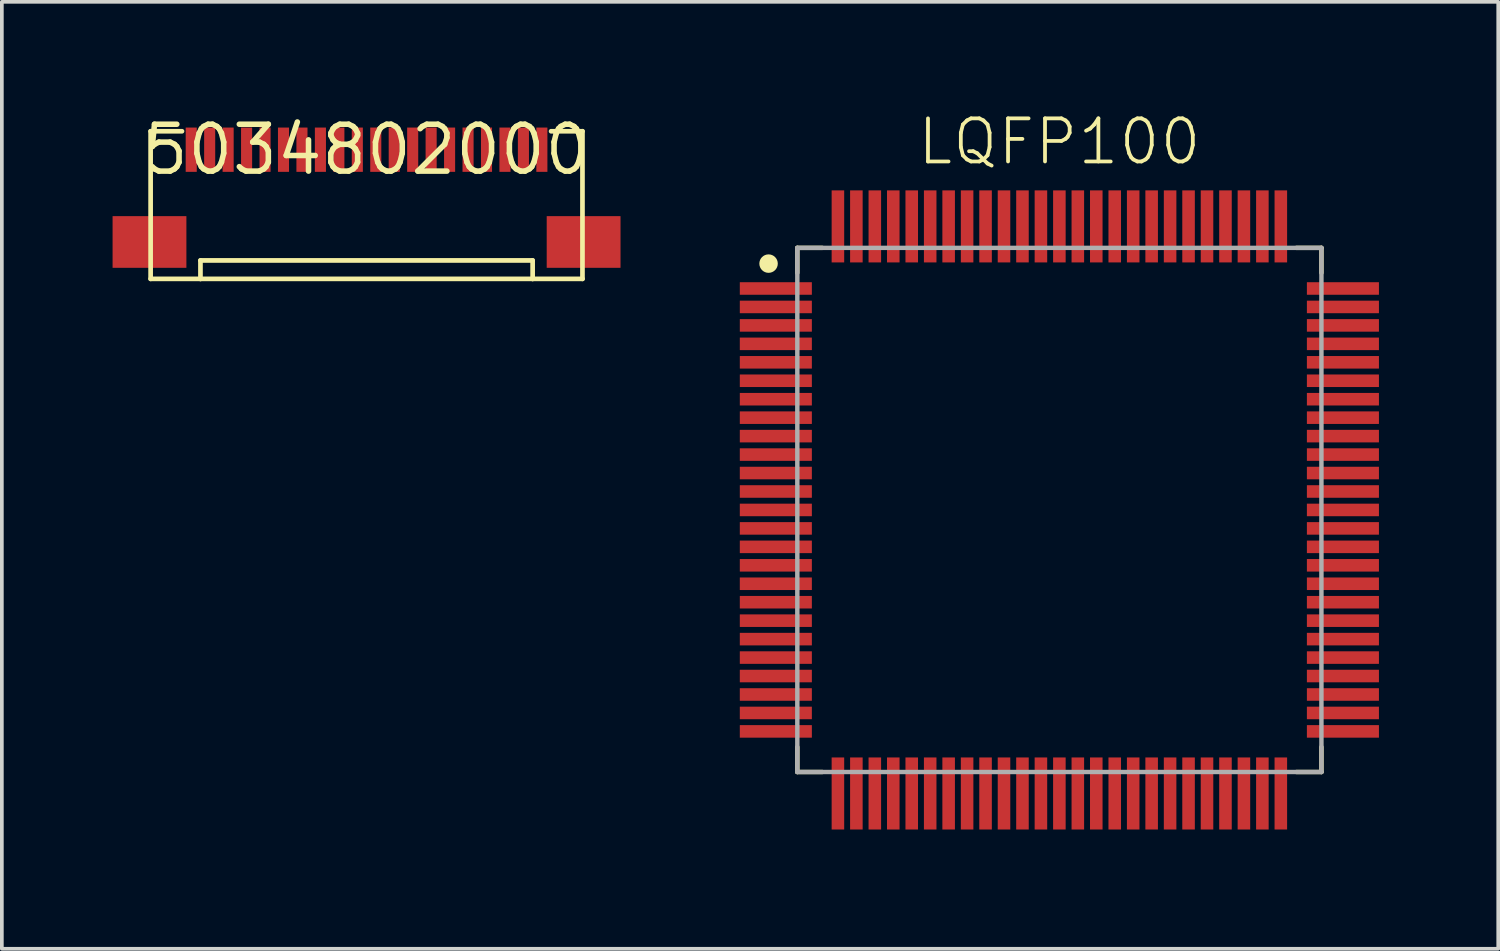
<source format=kicad_pcb>
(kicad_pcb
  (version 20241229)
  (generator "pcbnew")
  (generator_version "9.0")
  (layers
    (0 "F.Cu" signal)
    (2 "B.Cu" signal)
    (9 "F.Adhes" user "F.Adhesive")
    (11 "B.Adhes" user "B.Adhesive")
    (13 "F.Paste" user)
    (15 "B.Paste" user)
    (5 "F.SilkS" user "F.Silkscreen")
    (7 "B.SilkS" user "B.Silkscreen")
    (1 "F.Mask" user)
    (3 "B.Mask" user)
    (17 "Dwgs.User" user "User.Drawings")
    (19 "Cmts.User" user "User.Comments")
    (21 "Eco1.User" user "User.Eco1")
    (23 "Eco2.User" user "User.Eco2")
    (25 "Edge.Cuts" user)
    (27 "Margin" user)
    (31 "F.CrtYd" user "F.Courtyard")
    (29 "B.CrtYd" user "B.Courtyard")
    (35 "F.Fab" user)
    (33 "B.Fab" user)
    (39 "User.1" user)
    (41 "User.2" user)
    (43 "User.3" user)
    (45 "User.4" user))
  (footprint "5034802000"
    (layer "F.Cu")
    (at 6.881 1.006)
    (property "Reference" "5034802000" (at 0 0 0) (layer "F.SilkS") (effects (font (size 1.27 1.27) (thickness 0.15))))
    (fp_line (start -5.85 3.5) (end -5.85 -0.5) (stroke (width 0.127) (type solid)) (layer "F.SilkS"))
    (fp_line (start -5.85 3.5) (end -4.5 3.5) (stroke (width 0.127) (type solid)) (layer "F.SilkS"))
    (fp_line (start -5 -0.5) (end -5.85 -0.5) (stroke (width 0.127) (type solid)) (layer "F.SilkS"))
    (fp_line (start -4.5 3) (end 4.5 3) (stroke (width 0.127) (type solid)) (layer "F.SilkS"))
    (fp_line (start -4.5 3.5) (end -4.5 3) (stroke (width 0.127) (type solid)) (layer "F.SilkS"))
    (fp_line (start -4.5 3.5) (end 4.5 3.5) (stroke (width 0.127) (type solid)) (layer "F.SilkS"))
    (fp_line (start 4.5 3) (end 4.5 3.5) (stroke (width 0.127) (type solid)) (layer "F.SilkS"))
    (fp_line (start 4.5 3.5) (end 5.85 3.5) (stroke (width 0.127) (type solid)) (layer "F.SilkS"))
    (fp_line (start 5.85 -0.5) (end 5 -0.5) (stroke (width 0.127) (type solid)) (layer "F.SilkS"))
    (fp_line (start 5.85 3.5) (end 5.85 -0.5) (stroke (width 0.127) (type solid)) (layer "F.SilkS"))
    (pad "P$1" smd rect (at -4.75 0) (size 0.3 1.2) (layers "F.Cu" "F.Mask" "F.Paste"))
    (pad "P$2" smd rect (at -4.25 0) (size 0.3 1.2) (layers "F.Cu" "F.Mask" "F.Paste"))
    (pad "P$3" smd rect (at -3.75 0) (size 0.3 1.2) (layers "F.Cu" "F.Mask" "F.Paste"))
    (pad "P$4" smd rect (at -3.25 0) (size 0.3 1.2) (layers "F.Cu" "F.Mask" "F.Paste"))
    (pad "P$5" smd rect (at -2.75 0) (size 0.3 1.2) (layers "F.Cu" "F.Mask" "F.Paste"))
    (pad "P$6" smd rect (at -2.25 0) (size 0.3 1.2) (layers "F.Cu" "F.Mask" "F.Paste"))
    (pad "P$7" smd rect (at -1.75 0) (size 0.3 1.2) (layers "F.Cu" "F.Mask" "F.Paste"))
    (pad "P$8" smd rect (at -1.25 0) (size 0.3 1.2) (layers "F.Cu" "F.Mask" "F.Paste"))
    (pad "P$9" smd rect (at -0.75 0) (size 0.3 1.2) (layers "F.Cu" "F.Mask" "F.Paste"))
    (pad "P$10" smd rect (at -0.25 0) (size 0.3 1.2) (layers "F.Cu" "F.Mask" "F.Paste"))
    (pad "P$11" smd rect (at 0.25 0) (size 0.3 1.2) (layers "F.Cu" "F.Mask" "F.Paste"))
    (pad "P$12" smd rect (at 0.75 0) (size 0.3 1.2) (layers "F.Cu" "F.Mask" "F.Paste"))
    (pad "P$13" smd rect (at 1.25 0) (size 0.3 1.2) (layers "F.Cu" "F.Mask" "F.Paste"))
    (pad "P$14" smd rect (at 1.75 0) (size 0.3 1.2) (layers "F.Cu" "F.Mask" "F.Paste"))
    (pad "P$15" smd rect (at 2.25 0) (size 0.3 1.2) (layers "F.Cu" "F.Mask" "F.Paste"))
    (pad "P$16" smd rect (at 2.75 0) (size 0.3 1.2) (layers "F.Cu" "F.Mask" "F.Paste"))
    (pad "P$17" smd rect (at 3.25 0) (size 0.3 1.2) (layers "F.Cu" "F.Mask" "F.Paste"))
    (pad "P$18" smd rect (at 3.75 0) (size 0.3 1.2) (layers "F.Cu" "F.Mask" "F.Paste"))
    (pad "P$19" smd rect (at 4.25 0) (size 0.3 1.2) (layers "F.Cu" "F.Mask" "F.Paste"))
    (pad "P$20" smd rect (at 4.75 0) (size 0.3 1.2) (layers "F.Cu" "F.Mask" "F.Paste"))
    (pad "P$21" smd rect (at -5.881 2.5 180) (size 2 1.4) (layers "F.Cu" "F.Mask" "F.Paste"))
    (pad "P$22" smd rect (at 5.881 2.5 180) (size 2 1.4) (layers "F.Cu" "F.Mask" "F.Paste"))
    (zone (net_name "") (layer "F.Cu") (hatch edge 0.5) (connect_pads) (min_thickness 0.25) (filled_areas_thickness no) (keepout (tracks not_allowed) (vias not_allowed) (pads not_allowed) (copperpour not_allowed) (footprints allowed)) (placement (enabled no)) (fill) (polygon (pts (xy 1.928 1.641) (xy 11.834 1.641) (xy 11.834 0.371) (xy 1.928 0.371)))))
  (footprint "LQFP100"
    (layer "F.Cu")
    (at 25.652 10.766)
    (property "Reference" "LQFP100" (at 0 -9.293 0) (layer "F.SilkS") (effects (font (size 1.168 1.168) (thickness 0.102)) (justify bottom)))
    (fp_line (start -7.1 -7.1) (end -6.424 -7.1) (stroke (width 0.12) (type solid)) (layer "F.SilkS"))
    (fp_line (start -7.1 -6.424) (end -7.1 -7.1) (stroke (width 0.12) (type solid)) (layer "F.SilkS"))
    (fp_line (start -7.1 6.424) (end -7.1 7.1) (stroke (width 0.12) (type solid)) (layer "F.SilkS"))
    (fp_line (start -7.1 7.1) (end -6.424 7.1) (stroke (width 0.12) (type solid)) (layer "F.SilkS"))
    (fp_line (start 7.1 -7.1) (end 6.424 -7.1) (stroke (width 0.12) (type solid)) (layer "F.SilkS"))
    (fp_line (start 7.1 -6.424) (end 7.1 -7.1) (stroke (width 0.12) (type solid)) (layer "F.SilkS"))
    (fp_line (start 7.1 6.424) (end 7.1 7.1) (stroke (width 0.12) (type solid)) (layer "F.SilkS"))
    (fp_line (start 7.1 7.1) (end 6.424 7.1) (stroke (width 0.12) (type solid)) (layer "F.SilkS"))
    (fp_circle (center -7.879 -6.674) (end -7.754 -6.674) (stroke (width 0.25) (type solid)) (fill yes) (layer "F.SilkS"))
    (fp_line (start -7.1 -7.1) (end 7.1 -7.1) (stroke (width 0.12) (type solid)) (layer "F.Fab"))
    (fp_line (start -7.1 7.1) (end -7.1 -7.1) (stroke (width 0.12) (type solid)) (layer "F.Fab"))
    (fp_line (start 7.1 -7.1) (end 7.1 7.1) (stroke (width 0.12) (type solid)) (layer "F.Fab"))
    (fp_line (start 7.1 7.1) (end -7.1 7.1) (stroke (width 0.12) (type solid)) (layer "F.Fab"))
    (pad "1" smd rect (at -7.682 -6) (size 1.952 0.34) (layers "F.Cu" "F.Mask" "F.Paste"))
    (pad "2" smd rect (at -7.682 -5.5) (size 1.952 0.34) (layers "F.Cu" "F.Mask" "F.Paste"))
    (pad "3" smd rect (at -7.682 -5) (size 1.952 0.34) (layers "F.Cu" "F.Mask" "F.Paste"))
    (pad "4" smd rect (at -7.682 -4.5) (size 1.952 0.34) (layers "F.Cu" "F.Mask" "F.Paste"))
    (pad "5" smd rect (at -7.682 -4) (size 1.952 0.34) (layers "F.Cu" "F.Mask" "F.Paste"))
    (pad "6" smd rect (at -7.682 -3.5) (size 1.952 0.34) (layers "F.Cu" "F.Mask" "F.Paste"))
    (pad "7" smd rect (at -7.682 -3) (size 1.952 0.34) (layers "F.Cu" "F.Mask" "F.Paste"))
    (pad "8" smd rect (at -7.682 -2.5) (size 1.952 0.34) (layers "F.Cu" "F.Mask" "F.Paste"))
    (pad "9" smd rect (at -7.682 -2) (size 1.952 0.34) (layers "F.Cu" "F.Mask" "F.Paste"))
    (pad "10" smd rect (at -7.682 -1.5) (size 1.952 0.34) (layers "F.Cu" "F.Mask" "F.Paste"))
    (pad "11" smd rect (at -7.682 -1) (size 1.952 0.34) (layers "F.Cu" "F.Mask" "F.Paste"))
    (pad "12" smd rect (at -7.682 -0.5) (size 1.952 0.34) (layers "F.Cu" "F.Mask" "F.Paste"))
    (pad "13" smd rect (at -7.682 0) (size 1.952 0.34) (layers "F.Cu" "F.Mask" "F.Paste"))
    (pad "14" smd rect (at -7.682 0.5) (size 1.952 0.34) (layers "F.Cu" "F.Mask" "F.Paste"))
    (pad "15" smd rect (at -7.682 1) (size 1.952 0.34) (layers "F.Cu" "F.Mask" "F.Paste"))
    (pad "16" smd rect (at -7.682 1.5) (size 1.952 0.34) (layers "F.Cu" "F.Mask" "F.Paste"))
    (pad "17" smd rect (at -7.682 2) (size 1.952 0.34) (layers "F.Cu" "F.Mask" "F.Paste"))
    (pad "18" smd rect (at -7.682 2.5) (size 1.952 0.34) (layers "F.Cu" "F.Mask" "F.Paste"))
    (pad "19" smd rect (at -7.682 3) (size 1.952 0.34) (layers "F.Cu" "F.Mask" "F.Paste"))
    (pad "20" smd rect (at -7.682 3.5) (size 1.952 0.34) (layers "F.Cu" "F.Mask" "F.Paste"))
    (pad "21" smd rect (at -7.682 4) (size 1.952 0.34) (layers "F.Cu" "F.Mask" "F.Paste"))
    (pad "22" smd rect (at -7.682 4.5) (size 1.952 0.34) (layers "F.Cu" "F.Mask" "F.Paste"))
    (pad "23" smd rect (at -7.682 5) (size 1.952 0.34) (layers "F.Cu" "F.Mask" "F.Paste"))
    (pad "24" smd rect (at -7.682 5.5) (size 1.952 0.34) (layers "F.Cu" "F.Mask" "F.Paste"))
    (pad "25" smd rect (at -7.682 6) (size 1.952 0.34) (layers "F.Cu" "F.Mask" "F.Paste"))
    (pad "26" smd rect (at -6 7.682 90) (size 1.952 0.34) (layers "F.Cu" "F.Mask" "F.Paste"))
    (pad "27" smd rect (at -5.5 7.682 90) (size 1.952 0.34) (layers "F.Cu" "F.Mask" "F.Paste"))
    (pad "28" smd rect (at -5 7.682 90) (size 1.952 0.34) (layers "F.Cu" "F.Mask" "F.Paste"))
    (pad "29" smd rect (at -4.5 7.682 90) (size 1.952 0.34) (layers "F.Cu" "F.Mask" "F.Paste"))
    (pad "30" smd rect (at -4 7.682 90) (size 1.952 0.34) (layers "F.Cu" "F.Mask" "F.Paste"))
    (pad "31" smd rect (at -3.5 7.682 90) (size 1.952 0.34) (layers "F.Cu" "F.Mask" "F.Paste"))
    (pad "32" smd rect (at -3 7.682 90) (size 1.952 0.34) (layers "F.Cu" "F.Mask" "F.Paste"))
    (pad "33" smd rect (at -2.5 7.682 90) (size 1.952 0.34) (layers "F.Cu" "F.Mask" "F.Paste"))
    (pad "34" smd rect (at -2 7.682 90) (size 1.952 0.34) (layers "F.Cu" "F.Mask" "F.Paste"))
    (pad "35" smd rect (at -1.5 7.682 90) (size 1.952 0.34) (layers "F.Cu" "F.Mask" "F.Paste"))
    (pad "36" smd rect (at -1 7.682 90) (size 1.952 0.34) (layers "F.Cu" "F.Mask" "F.Paste"))
    (pad "37" smd rect (at -0.5 7.682 90) (size 1.952 0.34) (layers "F.Cu" "F.Mask" "F.Paste"))
    (pad "38" smd rect (at 0 7.682 90) (size 1.952 0.34) (layers "F.Cu" "F.Mask" "F.Paste"))
    (pad "39" smd rect (at 0.5 7.682 90) (size 1.952 0.34) (layers "F.Cu" "F.Mask" "F.Paste"))
    (pad "40" smd rect (at 1 7.682 90) (size 1.952 0.34) (layers "F.Cu" "F.Mask" "F.Paste"))
    (pad "41" smd rect (at 1.5 7.682 90) (size 1.952 0.34) (layers "F.Cu" "F.Mask" "F.Paste"))
    (pad "42" smd rect (at 2 7.682 90) (size 1.952 0.34) (layers "F.Cu" "F.Mask" "F.Paste"))
    (pad "43" smd rect (at 2.5 7.682 90) (size 1.952 0.34) (layers "F.Cu" "F.Mask" "F.Paste"))
    (pad "44" smd rect (at 3 7.682 90) (size 1.952 0.34) (layers "F.Cu" "F.Mask" "F.Paste"))
    (pad "45" smd rect (at 3.5 7.682 90) (size 1.952 0.34) (layers "F.Cu" "F.Mask" "F.Paste"))
    (pad "46" smd rect (at 4 7.682 90) (size 1.952 0.34) (layers "F.Cu" "F.Mask" "F.Paste"))
    (pad "47" smd rect (at 4.5 7.682 90) (size 1.952 0.34) (layers "F.Cu" "F.Mask" "F.Paste"))
    (pad "48" smd rect (at 5 7.682 90) (size 1.952 0.34) (layers "F.Cu" "F.Mask" "F.Paste"))
    (pad "49" smd rect (at 5.5 7.682 90) (size 1.952 0.34) (layers "F.Cu" "F.Mask" "F.Paste"))
    (pad "50" smd rect (at 6 7.682 90) (size 1.952 0.34) (layers "F.Cu" "F.Mask" "F.Paste"))
    (pad "51" smd rect (at 7.682 6) (size 1.952 0.34) (layers "F.Cu" "F.Mask" "F.Paste"))
    (pad "52" smd rect (at 7.682 5.5) (size 1.952 0.34) (layers "F.Cu" "F.Mask" "F.Paste"))
    (pad "53" smd rect (at 7.682 5) (size 1.952 0.34) (layers "F.Cu" "F.Mask" "F.Paste"))
    (pad "54" smd rect (at 7.682 4.5) (size 1.952 0.34) (layers "F.Cu" "F.Mask" "F.Paste"))
    (pad "55" smd rect (at 7.682 4) (size 1.952 0.34) (layers "F.Cu" "F.Mask" "F.Paste"))
    (pad "56" smd rect (at 7.682 3.5) (size 1.952 0.34) (layers "F.Cu" "F.Mask" "F.Paste"))
    (pad "57" smd rect (at 7.682 3) (size 1.952 0.34) (layers "F.Cu" "F.Mask" "F.Paste"))
    (pad "58" smd rect (at 7.682 2.5) (size 1.952 0.34) (layers "F.Cu" "F.Mask" "F.Paste"))
    (pad "59" smd rect (at 7.682 2) (size 1.952 0.34) (layers "F.Cu" "F.Mask" "F.Paste"))
    (pad "60" smd rect (at 7.682 1.5) (size 1.952 0.34) (layers "F.Cu" "F.Mask" "F.Paste"))
    (pad "61" smd rect (at 7.682 1) (size 1.952 0.34) (layers "F.Cu" "F.Mask" "F.Paste"))
    (pad "62" smd rect (at 7.682 0.5) (size 1.952 0.34) (layers "F.Cu" "F.Mask" "F.Paste"))
    (pad "63" smd rect (at 7.682 0) (size 1.952 0.34) (layers "F.Cu" "F.Mask" "F.Paste"))
    (pad "64" smd rect (at 7.682 -0.5) (size 1.952 0.34) (layers "F.Cu" "F.Mask" "F.Paste"))
    (pad "65" smd rect (at 7.682 -1) (size 1.952 0.34) (layers "F.Cu" "F.Mask" "F.Paste"))
    (pad "66" smd rect (at 7.682 -1.5) (size 1.952 0.34) (layers "F.Cu" "F.Mask" "F.Paste"))
    (pad "67" smd rect (at 7.682 -2) (size 1.952 0.34) (layers "F.Cu" "F.Mask" "F.Paste"))
    (pad "68" smd rect (at 7.682 -2.5) (size 1.952 0.34) (layers "F.Cu" "F.Mask" "F.Paste"))
    (pad "69" smd rect (at 7.682 -3) (size 1.952 0.34) (layers "F.Cu" "F.Mask" "F.Paste"))
    (pad "70" smd rect (at 7.682 -3.5) (size 1.952 0.34) (layers "F.Cu" "F.Mask" "F.Paste"))
    (pad "71" smd rect (at 7.682 -4) (size 1.952 0.34) (layers "F.Cu" "F.Mask" "F.Paste"))
    (pad "72" smd rect (at 7.682 -4.5) (size 1.952 0.34) (layers "F.Cu" "F.Mask" "F.Paste"))
    (pad "73" smd rect (at 7.682 -5) (size 1.952 0.34) (layers "F.Cu" "F.Mask" "F.Paste"))
    (pad "74" smd rect (at 7.682 -5.5) (size 1.952 0.34) (layers "F.Cu" "F.Mask" "F.Paste"))
    (pad "75" smd rect (at 7.682 -6) (size 1.952 0.34) (layers "F.Cu" "F.Mask" "F.Paste"))
    (pad "76" smd rect (at 6 -7.682 90) (size 1.952 0.34) (layers "F.Cu" "F.Mask" "F.Paste"))
    (pad "77" smd rect (at 5.5 -7.682 90) (size 1.952 0.34) (layers "F.Cu" "F.Mask" "F.Paste"))
    (pad "78" smd rect (at 5 -7.682 90) (size 1.952 0.34) (layers "F.Cu" "F.Mask" "F.Paste"))
    (pad "79" smd rect (at 4.5 -7.682 90) (size 1.952 0.34) (layers "F.Cu" "F.Mask" "F.Paste"))
    (pad "80" smd rect (at 4 -7.682 90) (size 1.952 0.34) (layers "F.Cu" "F.Mask" "F.Paste"))
    (pad "81" smd rect (at 3.5 -7.682 90) (size 1.952 0.34) (layers "F.Cu" "F.Mask" "F.Paste"))
    (pad "82" smd rect (at 3 -7.682 90) (size 1.952 0.34) (layers "F.Cu" "F.Mask" "F.Paste"))
    (pad "83" smd rect (at 2.5 -7.682 90) (size 1.952 0.34) (layers "F.Cu" "F.Mask" "F.Paste"))
    (pad "84" smd rect (at 2 -7.682 90) (size 1.952 0.34) (layers "F.Cu" "F.Mask" "F.Paste"))
    (pad "85" smd rect (at 1.5 -7.682 90) (size 1.952 0.34) (layers "F.Cu" "F.Mask" "F.Paste"))
    (pad "86" smd rect (at 1 -7.682 90) (size 1.952 0.34) (layers "F.Cu" "F.Mask" "F.Paste"))
    (pad "87" smd rect (at 0.5 -7.682 90) (size 1.952 0.34) (layers "F.Cu" "F.Mask" "F.Paste"))
    (pad "88" smd rect (at 0 -7.682 90) (size 1.952 0.34) (layers "F.Cu" "F.Mask" "F.Paste"))
    (pad "89" smd rect (at -0.5 -7.682 90) (size 1.952 0.34) (layers "F.Cu" "F.Mask" "F.Paste"))
    (pad "90" smd rect (at -1 -7.682 90) (size 1.952 0.34) (layers "F.Cu" "F.Mask" "F.Paste"))
    (pad "91" smd rect (at -1.5 -7.682 90) (size 1.952 0.34) (layers "F.Cu" "F.Mask" "F.Paste"))
    (pad "92" smd rect (at -2 -7.682 90) (size 1.952 0.34) (layers "F.Cu" "F.Mask" "F.Paste"))
    (pad "93" smd rect (at -2.5 -7.682 90) (size 1.952 0.34) (layers "F.Cu" "F.Mask" "F.Paste"))
    (pad "94" smd rect (at -3 -7.682 90) (size 1.952 0.34) (layers "F.Cu" "F.Mask" "F.Paste"))
    (pad "95" smd rect (at -3.5 -7.682 90) (size 1.952 0.34) (layers "F.Cu" "F.Mask" "F.Paste"))
    (pad "96" smd rect (at -4 -7.682 90) (size 1.952 0.34) (layers "F.Cu" "F.Mask" "F.Paste"))
    (pad "97" smd rect (at -4.5 -7.682 90) (size 1.952 0.34) (layers "F.Cu" "F.Mask" "F.Paste"))
    (pad "98" smd rect (at -5 -7.682 90) (size 1.952 0.34) (layers "F.Cu" "F.Mask" "F.Paste"))
    (pad "99" smd rect (at -5.5 -7.682 90) (size 1.952 0.34) (layers "F.Cu" "F.Mask" "F.Paste"))
    (pad "100" smd rect (at -6 -7.682 90) (size 1.952 0.34) (layers "F.Cu" "F.Mask" "F.Paste"))
    (zone (net_name "") (layer "F.Cu") (hatch edge 0.5) (connect_pads) (min_thickness 0.25) (filled_areas_thickness no) (keepout (tracks not_allowed) (vias not_allowed) (pads not_allowed) (copperpour not_allowed) (footprints allowed)) (placement (enabled no)) (fill) (polygon (pts (xy 16.762 17.116) (xy 19.302 17.116) (xy 19.302 4.416) (xy 16.762 4.416))))
    (zone (net_name "") (layer "F.Cu") (hatch edge 0.5) (connect_pads) (min_thickness 0.25) (filled_areas_thickness no) (keepout (tracks not_allowed) (vias not_allowed) (pads not_allowed) (copperpour not_allowed) (footprints allowed)) (placement (enabled no)) (fill) (polygon (pts (xy 32.002 4.416) (xy 32.002 1.876) (xy 19.302 1.876) (xy 19.302 4.416))))
    (zone (net_name "") (layer "F.Cu") (hatch edge 0.5) (connect_pads) (min_thickness 0.25) (filled_areas_thickness no) (keepout (tracks not_allowed) (vias not_allowed) (pads not_allowed) (copperpour not_allowed) (footprints allowed)) (placement (enabled no)) (fill) (polygon (pts (xy 32.002 17.116) (xy 34.542 17.116) (xy 34.542 4.416) (xy 32.002 4.416))))
    (zone (net_name "") (layer "F.Cu") (hatch edge 0.5) (connect_pads) (min_thickness 0.25) (filled_areas_thickness no) (keepout (tracks not_allowed) (vias not_allowed) (pads not_allowed) (copperpour not_allowed) (footprints allowed)) (placement (enabled no)) (fill) (polygon (pts (xy 32.002 19.656) (xy 32.002 17.116) (xy 19.302 17.116) (xy 19.302 19.656)))))
  (gr_rect
    (start -3 -3)
    (end 37.542 22.656)
    (stroke (width 0.1) (type default))
    (fill no)
    (layer "Edge.Cuts")))
</source>
